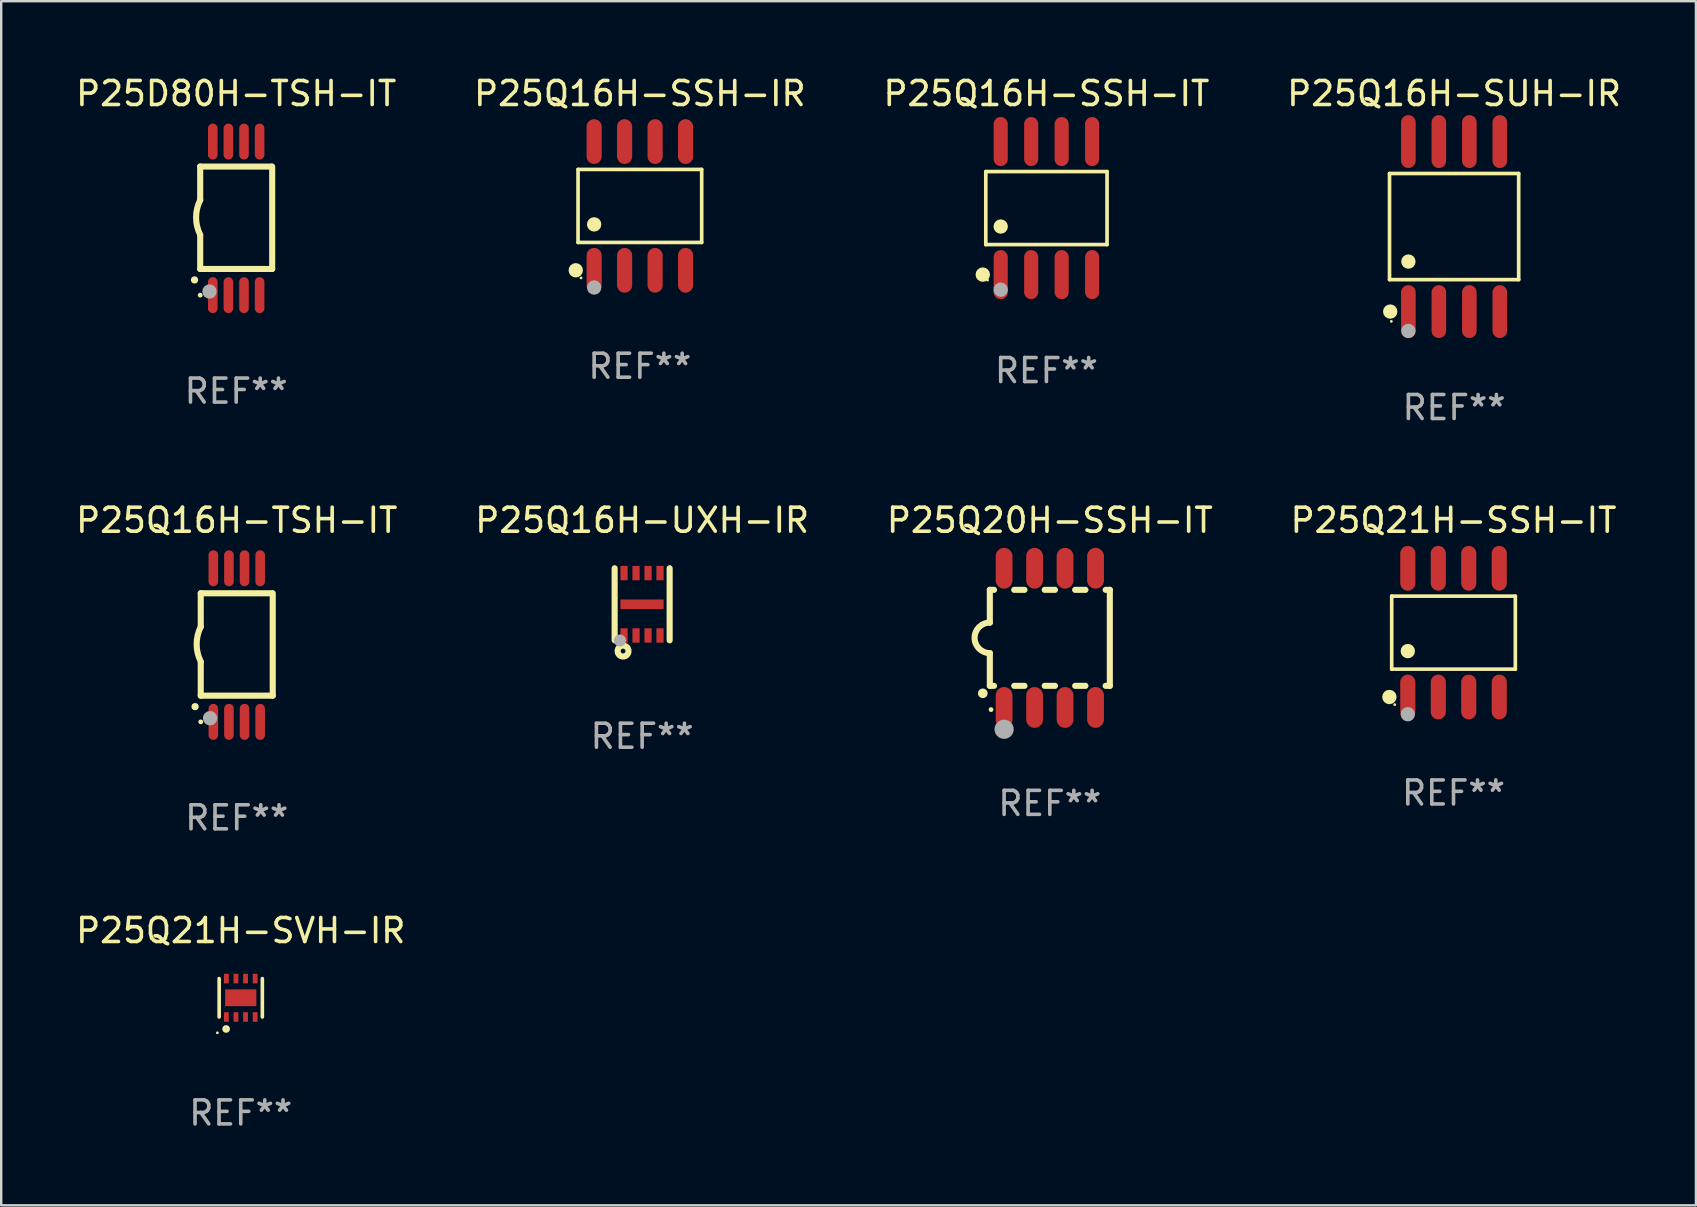
<source format=kicad_pcb>
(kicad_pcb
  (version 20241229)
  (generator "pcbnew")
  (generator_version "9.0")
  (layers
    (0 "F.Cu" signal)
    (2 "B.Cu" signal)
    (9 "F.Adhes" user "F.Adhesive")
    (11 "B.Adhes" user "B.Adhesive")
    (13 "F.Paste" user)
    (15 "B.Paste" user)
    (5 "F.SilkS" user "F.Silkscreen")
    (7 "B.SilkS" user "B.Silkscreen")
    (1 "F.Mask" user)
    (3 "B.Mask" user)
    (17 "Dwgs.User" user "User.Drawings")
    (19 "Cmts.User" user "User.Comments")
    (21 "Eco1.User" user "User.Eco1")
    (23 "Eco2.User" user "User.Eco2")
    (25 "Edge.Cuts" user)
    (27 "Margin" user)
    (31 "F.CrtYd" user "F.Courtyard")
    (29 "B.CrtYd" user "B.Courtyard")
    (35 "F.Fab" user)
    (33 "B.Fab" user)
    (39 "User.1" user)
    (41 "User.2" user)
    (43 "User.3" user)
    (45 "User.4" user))
  (footprint "P25Q16H-TSH-IT"
    (layer "F.Cu")
    (at 6.815 23.83)
    (property "Reference" "P25Q16H-TSH-IT" (at 0 -5.2 0) (layer "F.SilkS") (effects (font (size 1 1) (thickness 0.15))))
    (attr through_hole)
    (fp_line (start -1.5 -0.762) (end -1.5 -2.159) (stroke (width 0.254) (type solid)) (layer "F.SilkS"))
    (fp_line (start -1.5 2.108) (end -1.5 0.711) (stroke (width 0.254) (type solid)) (layer "F.SilkS"))
    (fp_line (start -1.5 2.108) (end 1.5 2.108) (stroke (width 0.254) (type solid)) (layer "F.SilkS"))
    (fp_line (start 1.463 -2.159) (end -1.5 -2.159) (stroke (width 0.254) (type solid)) (layer "F.SilkS"))
    (fp_line (start 1.5 2.108) (end 1.5 -2.159) (stroke (width 0.254) (type solid)) (layer "F.SilkS"))
    (fp_arc (start -1.737287 2.565405) (mid -1.736017 2.5654) (end -1.734747 2.565405) (stroke (width 0.3) (type solid)) (layer "F.SilkS"))
    (fp_arc (start -1.500076 0.685801) (mid -1.670966 -0.0381) (end -1.500076 -0.762002) (stroke (width 0.254001) (type solid)) (layer "F.SilkS"))
    (fp_circle (center -1.5 3.2) (end -1.45 3.2) (stroke (width 0.1) (type solid)) (fill no) (layer "F.SilkS"))
    (fp_circle (center -1.112 3.048) (end -0.962 3.048) (stroke (width 0.3) (type solid)) (fill no) (layer "F.Fab"))
    (fp_text user "REF**" (at 0 7.2 0) (layer "F.Fab") (effects (font (size 1 1) (thickness 0.15))))
    (pad "1" smd oval (at -0.975 3.2 180) (size 0.4 1.5) (layers "F.Cu" "F.Mask" "F.Paste"))
    (pad "2" smd oval (at -0.325 3.2 180) (size 0.4 1.5) (layers "F.Cu" "F.Mask" "F.Paste"))
    (pad "3" smd oval (at 0.325 3.2 180) (size 0.4 1.5) (layers "F.Cu" "F.Mask" "F.Paste"))
    (pad "4" smd oval (at 0.976 3.2 180) (size 0.4 1.5) (layers "F.Cu" "F.Mask" "F.Paste"))
    (pad "5" smd oval (at 0.976 -3.2 180) (size 0.4 1.5) (layers "F.Cu" "F.Mask" "F.Paste"))
    (pad "6" smd oval (at 0.325 -3.2 180) (size 0.4 1.5) (layers "F.Cu" "F.Mask" "F.Paste"))
    (pad "7" smd oval (at -0.325 -3.2 180) (size 0.4 1.5) (layers "F.Cu" "F.Mask" "F.Paste"))
    (pad "8" smd oval (at -0.975 -3.2 180) (size 0.4 1.5) (layers "F.Cu" "F.Mask" "F.Paste")))
  (footprint "P25Q16H-SUH-IR"
    (layer "F.Cu")
    (at 57.542 6.391)
    (property "Reference" "P25Q16H-SUH-IR" (at 0 -5.542 0) (layer "F.SilkS") (effects (font (size 1 1) (thickness 0.15))))
    (attr through_hole)
    (fp_line (start -2.691 -2.211) (end 2.691 -2.211) (stroke (width 0.152) (type solid)) (layer "F.SilkS"))
    (fp_line (start -2.691 2.211) (end -2.691 -2.211) (stroke (width 0.152) (type solid)) (layer "F.SilkS"))
    (fp_line (start 2.691 -2.211) (end 2.691 2.211) (stroke (width 0.152) (type solid)) (layer "F.SilkS"))
    (fp_line (start 2.691 2.211) (end -2.691 2.211) (stroke (width 0.152) (type solid)) (layer "F.SilkS"))
    (fp_circle (center -2.662 3.542) (end -2.512 3.542) (stroke (width 0.3) (type solid)) (fill no) (layer "F.SilkS"))
    (fp_circle (center -2.615 3.95) (end -2.585 3.95) (stroke (width 0.06) (type solid)) (fill no) (layer "F.SilkS"))
    (fp_circle (center -1.905 1.459) (end -1.755 1.459) (stroke (width 0.3) (type solid)) (fill no) (layer "F.SilkS"))
    (fp_circle (center -1.905 4.35) (end -1.755 4.35) (stroke (width 0.3) (type solid)) (fill no) (layer "F.Fab"))
    (fp_text user "REF**" (at 0 7.542 0) (layer "F.Fab") (effects (font (size 1 1) (thickness 0.15))))
    (pad "1" smd oval (at -1.905 3.542) (size 0.609 2.204) (layers "F.Cu" "F.Mask" "F.Paste"))
    (pad "2" smd oval (at -0.635 3.542) (size 0.609 2.204) (layers "F.Cu" "F.Mask" "F.Paste"))
    (pad "3" smd oval (at 0.635 3.542) (size 0.609 2.204) (layers "F.Cu" "F.Mask" "F.Paste"))
    (pad "4" smd oval (at 1.905 3.542) (size 0.609 2.204) (layers "F.Cu" "F.Mask" "F.Paste"))
    (pad "5" smd oval (at 1.905 -3.542) (size 0.609 2.204) (layers "F.Cu" "F.Mask" "F.Paste"))
    (pad "6" smd oval (at 0.635 -3.542) (size 0.609 2.204) (layers "F.Cu" "F.Mask" "F.Paste"))
    (pad "7" smd oval (at -0.635 -3.542) (size 0.609 2.204) (layers "F.Cu" "F.Mask" "F.Paste"))
    (pad "8" smd oval (at -1.905 -3.542) (size 0.609 2.204) (layers "F.Cu" "F.Mask" "F.Paste")))
  (footprint "P25Q16H-UXH-IR"
    (layer "F.Cu")
    (at 23.708 22.13)
    (property "Reference" "P25Q16H-UXH-IR" (at 0 -3.501 0) (layer "F.SilkS") (effects (font (size 1 1) (thickness 0.15))))
    (attr through_hole)
    (fp_line (start -1.146 -1.501) (end -1.146 1.501) (stroke (width 0.254) (type solid)) (layer "F.SilkS"))
    (fp_line (start 1.146 -1.501) (end 1.146 1.501) (stroke (width 0.254) (type solid)) (layer "F.SilkS"))
    (fp_circle (center -1.005 1.5) (end -0.975 1.5) (stroke (width 0.06) (type solid)) (fill no) (layer "F.SilkS"))
    (fp_circle (center -0.795 1.95) (end -0.695 1.95) (stroke (width 0.254) (type solid)) (fill no) (layer "F.SilkS"))
    (fp_circle (center -0.925 1.51) (end -0.798 1.51) (stroke (width 0.254) (type solid)) (fill no) (layer "F.Fab"))
    (fp_text user "REF**" (at 0 5.501 0) (layer "F.Fab") (effects (font (size 1 1) (thickness 0.15))))
    (pad "1" smd rect (at -0.755 1.3) (size 0.3 0.6) (layers "F.Cu" "F.Mask" "F.Paste"))
    (pad "2" smd rect (at -0.255 1.3) (size 0.3 0.6) (layers "F.Cu" "F.Mask" "F.Paste"))
    (pad "3" smd rect (at 0.245 1.3) (size 0.3 0.6) (layers "F.Cu" "F.Mask" "F.Paste"))
    (pad "4" smd rect (at 0.745 1.3) (size 0.3 0.6) (layers "F.Cu" "F.Mask" "F.Paste"))
    (pad "5" smd rect (at 0.745 -1.3) (size 0.3 0.6) (layers "F.Cu" "F.Mask" "F.Paste"))
    (pad "6" smd rect (at 0.245 -1.3) (size 0.3 0.6) (layers "F.Cu" "F.Mask" "F.Paste"))
    (pad "7" smd rect (at -0.255 -1.3) (size 0.3 0.6) (layers "F.Cu" "F.Mask" "F.Paste"))
    (pad "8" smd rect (at -0.755 -1.3) (size 0.3 0.6) (layers "F.Cu" "F.Mask" "F.Paste"))
    (pad "9" smd rect (at -0.005 0 90) (size 0.4 1.8) (layers "F.Cu" "F.Mask" "F.Paste")))
  (footprint "P25Q16H-SSH-IR"
    (layer "F.Cu")
    (at 23.613 5.531)
    (property "Reference" "P25Q16H-SSH-IR" (at 0 -4.682 0) (layer "F.SilkS") (effects (font (size 1 1) (thickness 0.15))))
    (attr through_hole)
    (fp_line (start -2.576 -1.521) (end 2.576 -1.521) (stroke (width 0.152) (type solid)) (layer "F.SilkS"))
    (fp_line (start -2.576 1.521) (end -2.576 -1.521) (stroke (width 0.152) (type solid)) (layer "F.SilkS"))
    (fp_line (start 2.576 -1.521) (end 2.576 1.521) (stroke (width 0.152) (type solid)) (layer "F.SilkS"))
    (fp_line (start 2.576 1.521) (end -2.576 1.521) (stroke (width 0.152) (type solid)) (layer "F.SilkS"))
    (fp_circle (center -2.672 2.682) (end -2.522 2.682) (stroke (width 0.3) (type solid)) (fill no) (layer "F.SilkS"))
    (fp_circle (center -2.45 3) (end -2.42 3) (stroke (width 0.06) (type solid)) (fill no) (layer "F.SilkS"))
    (fp_circle (center -1.905 0.769) (end -1.755 0.769) (stroke (width 0.3) (type solid)) (fill no) (layer "F.SilkS"))
    (fp_circle (center -1.905 3.4) (end -1.755 3.4) (stroke (width 0.3) (type solid)) (fill no) (layer "F.Fab"))
    (fp_text user "REF**" (at 0 6.682 0) (layer "F.Fab") (effects (font (size 1 1) (thickness 0.15))))
    (pad "1" smd oval (at -1.905 2.682) (size 0.63 1.865) (layers "F.Cu" "F.Mask" "F.Paste"))
    (pad "2" smd oval (at -0.635 2.682) (size 0.63 1.865) (layers "F.Cu" "F.Mask" "F.Paste"))
    (pad "3" smd oval (at 0.635 2.682) (size 0.63 1.865) (layers "F.Cu" "F.Mask" "F.Paste"))
    (pad "4" smd oval (at 1.905 2.682) (size 0.63 1.865) (layers "F.Cu" "F.Mask" "F.Paste"))
    (pad "5" smd oval (at 1.905 -2.682) (size 0.63 1.865) (layers "F.Cu" "F.Mask" "F.Paste"))
    (pad "6" smd oval (at 0.635 -2.682) (size 0.63 1.865) (layers "F.Cu" "F.Mask" "F.Paste"))
    (pad "7" smd oval (at -0.635 -2.682) (size 0.63 1.865) (layers "F.Cu" "F.Mask" "F.Paste"))
    (pad "8" smd oval (at -1.905 -2.682) (size 0.63 1.865) (layers "F.Cu" "F.Mask" "F.Paste")))
  (footprint "P25Q20H-SSH-IT"
    (layer "F.Cu")
    (at 40.696 23.529)
    (property "Reference" "P25Q20H-SSH-IT" (at 0 -4.9 0) (layer "F.SilkS") (effects (font (size 1 1) (thickness 0.15))))
    (attr through_hole)
    (fp_line (start -2.5 -2) (end -2.5 -0.635) (stroke (width 0.254) (type solid)) (layer "F.SilkS"))
    (fp_line (start -2.5 -2) (end -2.326 -2) (stroke (width 0.254) (type solid)) (layer "F.SilkS"))
    (fp_line (start -2.5 2) (end -2.5 0.635) (stroke (width 0.254) (type solid)) (layer "F.SilkS"))
    (fp_line (start -2.5 2) (end -2.326 2) (stroke (width 0.254) (type solid)) (layer "F.SilkS"))
    (fp_line (start -1.484 -2) (end -1.056 -2) (stroke (width 0.254) (type solid)) (layer "F.SilkS"))
    (fp_line (start -1.484 2) (end -1.056 2) (stroke (width 0.254) (type solid)) (layer "F.SilkS"))
    (fp_line (start -0.214 -2) (end 0.214 -2) (stroke (width 0.254) (type solid)) (layer "F.SilkS"))
    (fp_line (start -0.214 2) (end 0.214 2) (stroke (width 0.254) (type solid)) (layer "F.SilkS"))
    (fp_line (start 1.056 -2) (end 1.484 -2) (stroke (width 0.254) (type solid)) (layer "F.SilkS"))
    (fp_line (start 1.056 2) (end 1.484 2) (stroke (width 0.254) (type solid)) (layer "F.SilkS"))
    (fp_line (start 2.326 -2) (end 2.5 -2) (stroke (width 0.254) (type solid)) (layer "F.SilkS"))
    (fp_line (start 2.326 2) (end 2.5 2) (stroke (width 0.254) (type solid)) (layer "F.SilkS"))
    (fp_line (start 2.5 -2) (end 2.5 2) (stroke (width 0.254) (type solid)) (layer "F.SilkS"))
    (fp_arc (start -2.794006 2.311405) (mid -2.792736 2.311401) (end -2.791466 2.311405) (stroke (width 0.4) (type solid)) (layer "F.SilkS"))
    (fp_arc (start -2.5 0.635001) (mid -3.134366 -0.000318) (end -2.499365 -0.635001) (stroke (width 0.254001) (type solid)) (layer "F.SilkS"))
    (fp_circle (center -2.45 2.99) (end -2.4 2.99) (stroke (width 0.1) (type solid)) (fill no) (layer "F.SilkS"))
    (fp_circle (center -1.905 3.81) (end -1.705 3.81) (stroke (width 0.4) (type solid)) (fill no) (layer "F.Fab"))
    (fp_text user "REF**" (at 0 6.9 0) (layer "F.Fab") (effects (font (size 1 1) (thickness 0.15))))
    (pad "1" smd oval (at -1.905 2.9 180) (size 0.7 1.7) (layers "F.Cu" "F.Mask" "F.Paste"))
    (pad "2" smd oval (at -0.635 2.9 180) (size 0.7 1.7) (layers "F.Cu" "F.Mask" "F.Paste"))
    (pad "3" smd oval (at 0.635 2.9 180) (size 0.7 1.7) (layers "F.Cu" "F.Mask" "F.Paste"))
    (pad "4" smd oval (at 1.905 2.9 180) (size 0.7 1.7) (layers "F.Cu" "F.Mask" "F.Paste"))
    (pad "5" smd oval (at 1.905 -2.9 180) (size 0.7 1.7) (layers "F.Cu" "F.Mask" "F.Paste"))
    (pad "6" smd oval (at 0.635 -2.9 180) (size 0.7 1.7) (layers "F.Cu" "F.Mask" "F.Paste"))
    (pad "7" smd oval (at -0.635 -2.9 180) (size 0.7 1.7) (layers "F.Cu" "F.Mask" "F.Paste"))
    (pad "8" smd oval (at -1.905 -2.9 180) (size 0.7 1.7) (layers "F.Cu" "F.Mask" "F.Paste")))
  (footprint "P25D80H-TSH-IT"
    (layer "F.Cu")
    (at 6.792 6.049)
    (property "Reference" "P25D80H-TSH-IT" (at 0 -5.2 0) (layer "F.SilkS") (effects (font (size 1 1) (thickness 0.15))))
    (attr through_hole)
    (fp_line (start -1.5 -0.762) (end -1.5 -2.159) (stroke (width 0.254) (type solid)) (layer "F.SilkS"))
    (fp_line (start -1.5 2.108) (end -1.5 0.711) (stroke (width 0.254) (type solid)) (layer "F.SilkS"))
    (fp_line (start -1.5 2.108) (end 1.5 2.108) (stroke (width 0.254) (type solid)) (layer "F.SilkS"))
    (fp_line (start 1.463 -2.159) (end -1.5 -2.159) (stroke (width 0.254) (type solid)) (layer "F.SilkS"))
    (fp_line (start 1.5 2.108) (end 1.5 -2.159) (stroke (width 0.254) (type solid)) (layer "F.SilkS"))
    (fp_arc (start -1.737287 2.565405) (mid -1.736017 2.5654) (end -1.734747 2.565405) (stroke (width 0.3) (type solid)) (layer "F.SilkS"))
    (fp_arc (start -1.500076 0.685801) (mid -1.670966 -0.0381) (end -1.500076 -0.762002) (stroke (width 0.254001) (type solid)) (layer "F.SilkS"))
    (fp_circle (center -1.5 3.2) (end -1.45 3.2) (stroke (width 0.1) (type solid)) (fill no) (layer "F.SilkS"))
    (fp_circle (center -1.112 3.048) (end -0.962 3.048) (stroke (width 0.3) (type solid)) (fill no) (layer "F.Fab"))
    (fp_text user "REF**" (at 0 7.2 0) (layer "F.Fab") (effects (font (size 1 1) (thickness 0.15))))
    (pad "1" smd oval (at -0.975 3.2 180) (size 0.4 1.5) (layers "F.Cu" "F.Mask" "F.Paste"))
    (pad "2" smd oval (at -0.325 3.2 180) (size 0.4 1.5) (layers "F.Cu" "F.Mask" "F.Paste"))
    (pad "3" smd oval (at 0.325 3.2 180) (size 0.4 1.5) (layers "F.Cu" "F.Mask" "F.Paste"))
    (pad "4" smd oval (at 0.976 3.2 180) (size 0.4 1.5) (layers "F.Cu" "F.Mask" "F.Paste"))
    (pad "5" smd oval (at 0.976 -3.2 180) (size 0.4 1.5) (layers "F.Cu" "F.Mask" "F.Paste"))
    (pad "6" smd oval (at 0.325 -3.2 180) (size 0.4 1.5) (layers "F.Cu" "F.Mask" "F.Paste"))
    (pad "7" smd oval (at -0.325 -3.2 180) (size 0.4 1.5) (layers "F.Cu" "F.Mask" "F.Paste"))
    (pad "8" smd oval (at -0.975 -3.2 180) (size 0.4 1.5) (layers "F.Cu" "F.Mask" "F.Paste")))
  (footprint "P25Q16H-SSH-IT"
    (layer "F.Cu")
    (at 40.554 5.621)
    (property "Reference" "P25Q16H-SSH-IT" (at 0 -4.772 0) (layer "F.SilkS") (effects (font (size 1 1) (thickness 0.15))))
    (attr through_hole)
    (fp_line (start -2.526 -1.521) (end 2.526 -1.521) (stroke (width 0.152) (type solid)) (layer "F.SilkS"))
    (fp_line (start -2.526 1.521) (end -2.526 -1.521) (stroke (width 0.152) (type solid)) (layer "F.SilkS"))
    (fp_line (start 2.526 -1.521) (end 2.526 1.521) (stroke (width 0.152) (type solid)) (layer "F.SilkS"))
    (fp_line (start 2.526 1.521) (end -2.526 1.521) (stroke (width 0.152) (type solid)) (layer "F.SilkS"))
    (fp_circle (center -2.652 2.772) (end -2.501 2.772) (stroke (width 0.3) (type solid)) (fill no) (layer "F.SilkS"))
    (fp_circle (center -2.45 3) (end -2.42 3) (stroke (width 0.06) (type solid)) (fill no) (layer "F.SilkS"))
    (fp_circle (center -1.905 0.769) (end -1.755 0.769) (stroke (width 0.3) (type solid)) (fill no) (layer "F.SilkS"))
    (fp_circle (center -1.905 3.4) (end -1.755 3.4) (stroke (width 0.3) (type solid)) (fill no) (layer "F.Fab"))
    (fp_text user "REF**" (at 0 6.772 0) (layer "F.Fab") (effects (font (size 1 1) (thickness 0.15))))
    (pad "1" smd oval (at -1.905 2.772) (size 0.588 2.045) (layers "F.Cu" "F.Mask" "F.Paste"))
    (pad "2" smd oval (at -0.635 2.772) (size 0.588 2.045) (layers "F.Cu" "F.Mask" "F.Paste"))
    (pad "3" smd oval (at 0.635 2.772) (size 0.588 2.045) (layers "F.Cu" "F.Mask" "F.Paste"))
    (pad "4" smd oval (at 1.905 2.772) (size 0.588 2.045) (layers "F.Cu" "F.Mask" "F.Paste"))
    (pad "5" smd oval (at 1.905 -2.772) (size 0.588 2.045) (layers "F.Cu" "F.Mask" "F.Paste"))
    (pad "6" smd oval (at 0.635 -2.772) (size 0.588 2.045) (layers "F.Cu" "F.Mask" "F.Paste"))
    (pad "7" smd oval (at -0.635 -2.772) (size 0.588 2.045) (layers "F.Cu" "F.Mask" "F.Paste"))
    (pad "8" smd oval (at -1.905 -2.772) (size 0.588 2.045) (layers "F.Cu" "F.Mask" "F.Paste")))
  (footprint "P25Q21H-SSH-IT"
    (layer "F.Cu")
    (at 57.518 23.312)
    (property "Reference" "P25Q21H-SSH-IT" (at 0 -4.682 0) (layer "F.SilkS") (effects (font (size 1 1) (thickness 0.15))))
    (attr through_hole)
    (fp_line (start -2.576 -1.521) (end 2.576 -1.521) (stroke (width 0.152) (type solid)) (layer "F.SilkS"))
    (fp_line (start -2.576 1.521) (end -2.576 -1.521) (stroke (width 0.152) (type solid)) (layer "F.SilkS"))
    (fp_line (start 2.576 -1.521) (end 2.576 1.521) (stroke (width 0.152) (type solid)) (layer "F.SilkS"))
    (fp_line (start 2.576 1.521) (end -2.576 1.521) (stroke (width 0.152) (type solid)) (layer "F.SilkS"))
    (fp_circle (center -2.672 2.682) (end -2.522 2.682) (stroke (width 0.3) (type solid)) (fill no) (layer "F.SilkS"))
    (fp_circle (center -2.45 3) (end -2.42 3) (stroke (width 0.06) (type solid)) (fill no) (layer "F.SilkS"))
    (fp_circle (center -1.905 0.769) (end -1.755 0.769) (stroke (width 0.3) (type solid)) (fill no) (layer "F.SilkS"))
    (fp_circle (center -1.905 3.4) (end -1.755 3.4) (stroke (width 0.3) (type solid)) (fill no) (layer "F.Fab"))
    (fp_text user "REF**" (at 0 6.682 0) (layer "F.Fab") (effects (font (size 1 1) (thickness 0.15))))
    (pad "1" smd oval (at -1.905 2.682) (size 0.63 1.865) (layers "F.Cu" "F.Mask" "F.Paste"))
    (pad "2" smd oval (at -0.635 2.682) (size 0.63 1.865) (layers "F.Cu" "F.Mask" "F.Paste"))
    (pad "3" smd oval (at 0.635 2.682) (size 0.63 1.865) (layers "F.Cu" "F.Mask" "F.Paste"))
    (pad "4" smd oval (at 1.905 2.682) (size 0.63 1.865) (layers "F.Cu" "F.Mask" "F.Paste"))
    (pad "5" smd oval (at 1.905 -2.682) (size 0.63 1.865) (layers "F.Cu" "F.Mask" "F.Paste"))
    (pad "6" smd oval (at 0.635 -2.682) (size 0.63 1.865) (layers "F.Cu" "F.Mask" "F.Paste"))
    (pad "7" smd oval (at -0.635 -2.682) (size 0.63 1.865) (layers "F.Cu" "F.Mask" "F.Paste"))
    (pad "8" smd oval (at -1.905 -2.682) (size 0.63 1.865) (layers "F.Cu" "F.Mask" "F.Paste")))
  (footprint "P25Q21H-SVH-IR"
    (layer "F.Cu")
    (at 6.982 38.527)
    (property "Reference" "P25Q21H-SVH-IR" (at 0 -2.8 0) (layer "F.SilkS") (effects (font (size 1 1) (thickness 0.15))))
    (attr through_hole)
    (fp_line (start -0.9 -0.8) (end -0.9 0.8) (stroke (width 0.15) (type solid)) (layer "F.SilkS"))
    (fp_line (start 0.9 -0.8) (end 0.9 0.8) (stroke (width 0.15) (type solid)) (layer "F.SilkS"))
    (fp_circle (center -0.975 1.46) (end -0.945 1.46) (stroke (width 0.06) (type solid)) (fill no) (layer "F.SilkS"))
    (fp_circle (center -0.61 1.3) (end -0.525 1.3) (stroke (width 0.15) (type solid)) (fill no) (layer "F.SilkS"))
    (fp_text user "REF**" (at 0 4.8 0) (layer "F.Fab") (effects (font (size 1 1) (thickness 0.15))))
    (pad "1" smd rect (at -0.6 0.8) (size 0.2 0.4) (layers "F.Cu" "F.Mask" "F.Paste"))
    (pad "2" smd rect (at -0.2 0.8) (size 0.2 0.4) (layers "F.Cu" "F.Mask" "F.Paste"))
    (pad "3" smd rect (at 0.2 0.8) (size 0.2 0.4) (layers "F.Cu" "F.Mask" "F.Paste"))
    (pad "4" smd rect (at 0.6 0.8) (size 0.2 0.4) (layers "F.Cu" "F.Mask" "F.Paste"))
    (pad "5" smd rect (at 0.6 -0.8) (size 0.2 0.4) (layers "F.Cu" "F.Mask" "F.Paste"))
    (pad "6" smd rect (at 0.2 -0.8) (size 0.2 0.4) (layers "F.Cu" "F.Mask" "F.Paste"))
    (pad "7" smd rect (at -0.2 -0.8) (size 0.2 0.4) (layers "F.Cu" "F.Mask" "F.Paste"))
    (pad "8" smd rect (at -0.6 -0.8) (size 0.2 0.4) (layers "F.Cu" "F.Mask" "F.Paste"))
    (pad "9" smd rect (at 0 0 90) (size 0.7 1.3) (layers "F.Cu" "F.Mask" "F.Paste")))
  (gr_rect
    (start -3 -3)
    (end 67.619 47.175)
    (stroke (width 0.1) (type default))
    (fill no)
    (layer "Edge.Cuts")))
</source>
